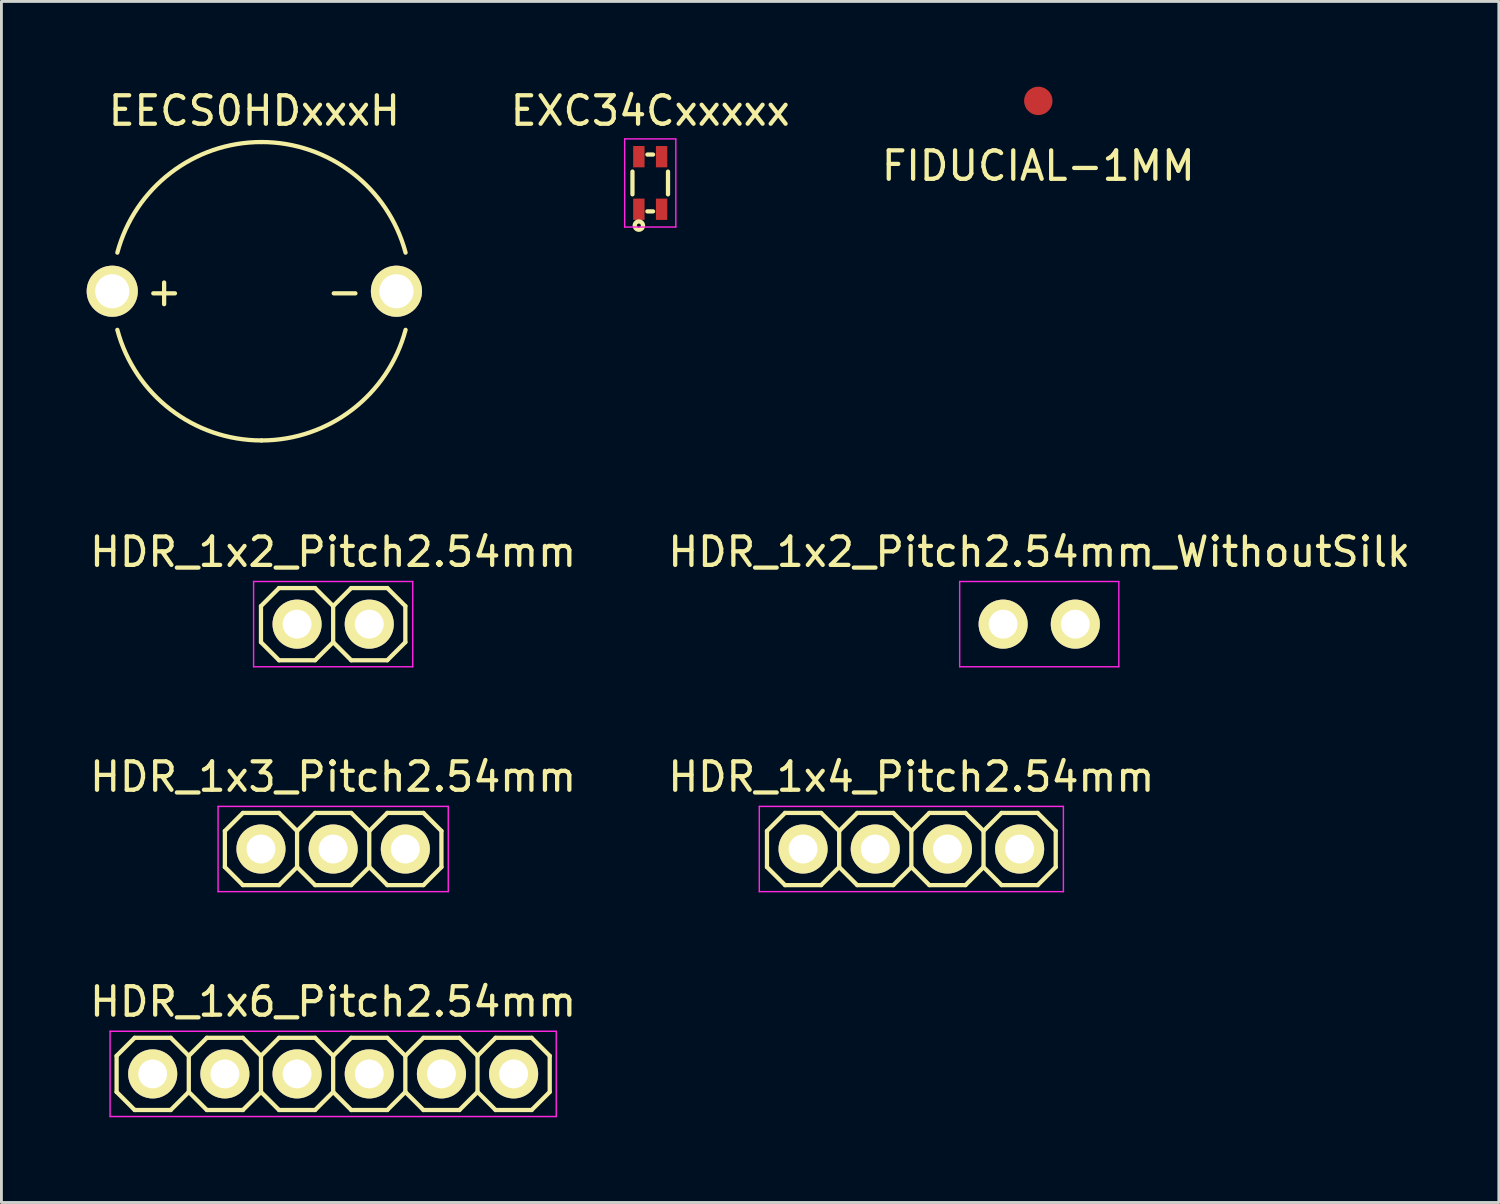
<source format=kicad_pcb>
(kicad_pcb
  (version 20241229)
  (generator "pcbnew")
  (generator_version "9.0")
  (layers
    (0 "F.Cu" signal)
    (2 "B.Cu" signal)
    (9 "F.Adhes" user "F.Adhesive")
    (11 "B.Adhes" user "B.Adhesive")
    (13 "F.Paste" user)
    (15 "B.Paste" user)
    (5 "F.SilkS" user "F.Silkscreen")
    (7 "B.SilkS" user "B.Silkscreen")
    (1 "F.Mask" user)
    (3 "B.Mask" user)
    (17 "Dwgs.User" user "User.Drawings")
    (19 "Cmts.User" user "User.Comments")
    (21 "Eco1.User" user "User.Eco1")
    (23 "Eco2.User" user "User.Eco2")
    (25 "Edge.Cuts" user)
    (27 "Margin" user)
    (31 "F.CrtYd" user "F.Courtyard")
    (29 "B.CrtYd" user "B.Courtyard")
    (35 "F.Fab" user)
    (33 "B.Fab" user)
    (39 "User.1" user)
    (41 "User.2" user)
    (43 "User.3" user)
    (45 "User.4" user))
  (footprint "EECS0HDxxxH"
    (layer "F.Cu")
    (at 5.9 7.198)
    (property "Reference" "EECS0HDxxxH" (at 0 -6.35 0) (layer "F.SilkS") (effects (font (size 1 1) (thickness 0.15))))
    (attr through_hole)
    (fp_arc (start -4.821111 -1.3588) (mid -2.945998 -4.165105) (end 0.25 -5.25) (stroke (width 0.15) (type solid)) (layer "F.SilkS"))
    (fp_arc (start 0.25 -5.25) (mid 3.445998 -4.165105) (end 5.321111 -1.3588) (stroke (width 0.15) (type solid)) (layer "F.SilkS"))
    (fp_arc (start 0.25 5.25) (mid -2.945998 4.165105) (end -4.821111 1.3588) (stroke (width 0.15) (type solid)) (layer "F.SilkS"))
    (fp_arc (start 5.321111 1.3588) (mid 3.445998 4.165105) (end 0.25 5.25) (stroke (width 0.15) (type solid)) (layer "F.SilkS"))
    (fp_text user "+" (at -3.175 0 0) (layer "F.SilkS") (effects (font (size 1 1) (thickness 0.15))))
    (fp_text user "-" (at 3.175 0 0) (layer "F.SilkS") (effects (font (size 1 1) (thickness 0.15))))
    (pad "1" thru_hole circle (at -5 0) (size 1.8 1.8) (drill 1.2) (layers "*.Cu" "*.Mask" "F.SilkS"))
    (pad "2" thru_hole circle (at 5 0) (size 1.8 1.8) (drill 1.2) (layers "*.Cu" "*.Mask" "F.SilkS")))
  (footprint "EXC34Cxxxxx"
    (layer "F.Cu")
    (at 19.83 3.388)
    (property "Reference" "EXC34Cxxxxx" (at 0 -2.54 0) (layer "F.SilkS") (effects (font (size 1 1) (thickness 0.15))))
    (attr through_hole)
    (fp_line (start -0.625 -0.4) (end -0.625 0.4) (stroke (width 0.15) (type solid)) (layer "F.SilkS"))
    (fp_line (start -0.1 -1) (end 0.1 -1) (stroke (width 0.15) (type solid)) (layer "F.SilkS"))
    (fp_line (start -0.1 1) (end 0.1 1) (stroke (width 0.15) (type solid)) (layer "F.SilkS"))
    (fp_line (start 0.625 -0.4) (end 0.625 0.4) (stroke (width 0.15) (type solid)) (layer "F.SilkS"))
    (fp_circle (center -0.4 1.5) (end -0.45 1.55) (stroke (width 0.15) (type solid)) (fill no) (layer "F.SilkS"))
    (fp_line (start -0.9 -1.55) (end -0.9 1.55) (stroke (width 0.05) (type solid)) (layer "F.CrtYd"))
    (fp_line (start -0.9 -1.55) (end 0.9 -1.55) (stroke (width 0.05) (type solid)) (layer "F.CrtYd"))
    (fp_line (start 0.9 -1.55) (end 0.9 1.55) (stroke (width 0.05) (type solid)) (layer "F.CrtYd"))
    (fp_line (start 0.9 1.55) (end -0.9 1.55) (stroke (width 0.05) (type solid)) (layer "F.CrtYd"))
    (pad "1" smd rect (at -0.4 0.925) (size 0.4 0.75) (layers "F.Cu" "F.Mask" "F.Paste"))
    (pad "2" smd rect (at 0.4 0.925) (size 0.4 0.75) (layers "F.Cu" "F.Mask" "F.Paste"))
    (pad "3" smd rect (at 0.4 -0.925) (size 0.4 0.75) (layers "F.Cu" "F.Mask" "F.Paste"))
    (pad "4" smd rect (at -0.4 -0.925) (size 0.4 0.75) (layers "F.Cu" "F.Mask" "F.Paste")))
  (footprint "HDR_1x6_Pitch2.54mm"
    (layer "F.Cu")
    (at 8.673 34.738)
    (property "Reference" "HDR_1x6_Pitch2.54mm" (at 0 -2.54 0) (layer "F.SilkS") (effects (font (size 1 1) (thickness 0.15))))
    (attr through_hole)
    (fp_line (start -7.62 -0.635) (end -7.62 0.635) (stroke (width 0.15) (type solid)) (layer "F.SilkS"))
    (fp_line (start -7.62 0.635) (end -6.985 1.27) (stroke (width 0.15) (type solid)) (layer "F.SilkS"))
    (fp_line (start -6.985 -1.27) (end -7.62 -0.635) (stroke (width 0.15) (type solid)) (layer "F.SilkS"))
    (fp_line (start -6.985 1.27) (end -5.715 1.27) (stroke (width 0.15) (type solid)) (layer "F.SilkS"))
    (fp_line (start -5.715 -1.27) (end -6.985 -1.27) (stroke (width 0.15) (type solid)) (layer "F.SilkS"))
    (fp_line (start -5.715 1.27) (end -5.08 0.635) (stroke (width 0.15) (type solid)) (layer "F.SilkS"))
    (fp_line (start -5.08 -0.635) (end -5.715 -1.27) (stroke (width 0.15) (type solid)) (layer "F.SilkS"))
    (fp_line (start -5.08 -0.635) (end -5.08 0.635) (stroke (width 0.15) (type solid)) (layer "F.SilkS"))
    (fp_line (start -5.08 0.635) (end -4.445 1.27) (stroke (width 0.15) (type solid)) (layer "F.SilkS"))
    (fp_line (start -4.445 -1.27) (end -5.08 -0.635) (stroke (width 0.15) (type solid)) (layer "F.SilkS"))
    (fp_line (start -4.445 1.27) (end -3.175 1.27) (stroke (width 0.15) (type solid)) (layer "F.SilkS"))
    (fp_line (start -3.175 -1.27) (end -4.445 -1.27) (stroke (width 0.15) (type solid)) (layer "F.SilkS"))
    (fp_line (start -3.175 1.27) (end -2.54 0.635) (stroke (width 0.15) (type solid)) (layer "F.SilkS"))
    (fp_line (start -2.54 -0.635) (end -3.175 -1.27) (stroke (width 0.15) (type solid)) (layer "F.SilkS"))
    (fp_line (start -2.54 -0.635) (end -2.54 0.635) (stroke (width 0.15) (type solid)) (layer "F.SilkS"))
    (fp_line (start -2.54 0.635) (end -1.905 1.27) (stroke (width 0.15) (type solid)) (layer "F.SilkS"))
    (fp_line (start -1.905 -1.27) (end -2.54 -0.635) (stroke (width 0.15) (type solid)) (layer "F.SilkS"))
    (fp_line (start -1.905 1.27) (end -0.635 1.27) (stroke (width 0.15) (type solid)) (layer "F.SilkS"))
    (fp_line (start -0.635 -1.27) (end -1.905 -1.27) (stroke (width 0.15) (type solid)) (layer "F.SilkS"))
    (fp_line (start -0.635 1.27) (end 0 0.635) (stroke (width 0.15) (type solid)) (layer "F.SilkS"))
    (fp_line (start 0 -0.635) (end -0.635 -1.27) (stroke (width 0.15) (type solid)) (layer "F.SilkS"))
    (fp_line (start 0 -0.635) (end 0 0.635) (stroke (width 0.15) (type solid)) (layer "F.SilkS"))
    (fp_line (start 0 0.635) (end 0.635 1.27) (stroke (width 0.15) (type solid)) (layer "F.SilkS"))
    (fp_line (start 0.635 -1.27) (end 0 -0.635) (stroke (width 0.15) (type solid)) (layer "F.SilkS"))
    (fp_line (start 0.635 1.27) (end 1.905 1.27) (stroke (width 0.15) (type solid)) (layer "F.SilkS"))
    (fp_line (start 1.905 -1.27) (end 0.635 -1.27) (stroke (width 0.15) (type solid)) (layer "F.SilkS"))
    (fp_line (start 1.905 1.27) (end 2.54 0.635) (stroke (width 0.15) (type solid)) (layer "F.SilkS"))
    (fp_line (start 2.54 -0.635) (end 1.905 -1.27) (stroke (width 0.15) (type solid)) (layer "F.SilkS"))
    (fp_line (start 2.54 -0.635) (end 2.54 0.635) (stroke (width 0.15) (type solid)) (layer "F.SilkS"))
    (fp_line (start 2.54 0.635) (end 3.175 1.27) (stroke (width 0.15) (type solid)) (layer "F.SilkS"))
    (fp_line (start 3.175 -1.27) (end 2.54 -0.635) (stroke (width 0.15) (type solid)) (layer "F.SilkS"))
    (fp_line (start 3.175 1.27) (end 4.445 1.27) (stroke (width 0.15) (type solid)) (layer "F.SilkS"))
    (fp_line (start 4.445 -1.27) (end 3.175 -1.27) (stroke (width 0.15) (type solid)) (layer "F.SilkS"))
    (fp_line (start 4.445 1.27) (end 5.08 0.635) (stroke (width 0.15) (type solid)) (layer "F.SilkS"))
    (fp_line (start 5.08 -0.635) (end 4.445 -1.27) (stroke (width 0.15) (type solid)) (layer "F.SilkS"))
    (fp_line (start 5.08 -0.635) (end 5.08 0.635) (stroke (width 0.15) (type solid)) (layer "F.SilkS"))
    (fp_line (start 5.08 0.635) (end 5.715 1.27) (stroke (width 0.15) (type solid)) (layer "F.SilkS"))
    (fp_line (start 5.715 -1.27) (end 5.08 -0.635) (stroke (width 0.15) (type solid)) (layer "F.SilkS"))
    (fp_line (start 5.715 1.27) (end 6.985 1.27) (stroke (width 0.15) (type solid)) (layer "F.SilkS"))
    (fp_line (start 6.985 -1.27) (end 5.715 -1.27) (stroke (width 0.15) (type solid)) (layer "F.SilkS"))
    (fp_line (start 6.985 1.27) (end 7.62 0.635) (stroke (width 0.15) (type solid)) (layer "F.SilkS"))
    (fp_line (start 7.62 -0.635) (end 6.985 -1.27) (stroke (width 0.15) (type solid)) (layer "F.SilkS"))
    (fp_line (start 7.62 0.635) (end 7.62 -0.635) (stroke (width 0.15) (type solid)) (layer "F.SilkS"))
    (fp_line (start -7.85 -1.5) (end -7.85 1.5) (stroke (width 0.05) (type solid)) (layer "F.CrtYd"))
    (fp_line (start -7.85 1.5) (end 7.85 1.5) (stroke (width 0.05) (type solid)) (layer "F.CrtYd"))
    (fp_line (start 7.85 -1.5) (end -7.85 -1.5) (stroke (width 0.05) (type solid)) (layer "F.CrtYd"))
    (fp_line (start 7.85 1.5) (end 7.85 -1.5) (stroke (width 0.05) (type solid)) (layer "F.CrtYd"))
    (pad "1" thru_hole oval (at -6.35 0) (size 1.727 1.727) (drill 1.016) (layers "*.Cu" "*.Mask" "F.SilkS"))
    (pad "2" thru_hole oval (at -3.81 0) (size 1.727 1.727) (drill 1.016) (layers "*.Cu" "*.Mask" "F.SilkS"))
    (pad "3" thru_hole oval (at -1.27 0) (size 1.727 1.727) (drill 1.016) (layers "*.Cu" "*.Mask" "F.SilkS"))
    (pad "4" thru_hole oval (at 1.27 0) (size 1.727 1.727) (drill 1.016) (layers "*.Cu" "*.Mask" "F.SilkS"))
    (pad "5" thru_hole oval (at 3.81 0) (size 1.727 1.727) (drill 1.016) (layers "*.Cu" "*.Mask" "F.SilkS"))
    (pad "6" thru_hole oval (at 6.35 0) (size 1.727 1.727) (drill 1.016) (layers "*.Cu" "*.Mask" "F.SilkS")))
  (footprint "FIDUCIAL-1MM"
    (layer "F.Cu")
    (at 33.485 0.5)
    (property "Reference" "FIDUCIAL-1MM" (at 0 2.286 0) (layer "F.SilkS") (effects (font (size 1 1) (thickness 0.15))))
    (attr exclude_from_pos_files exclude_from_bom)
    (pad "~" smd circle (at 0 0) (size 1 1) (layers "F.Cu" "F.Mask")))
  (footprint "HDR_1x3_Pitch2.54mm"
    (layer "F.Cu")
    (at 8.673 26.825)
    (property "Reference" "HDR_1x3_Pitch2.54mm" (at 0 -2.54 0) (layer "F.SilkS") (effects (font (size 1 1) (thickness 0.15))))
    (attr through_hole)
    (fp_line (start -3.81 -0.635) (end -3.81 0.635) (stroke (width 0.15) (type solid)) (layer "F.SilkS"))
    (fp_line (start -3.81 0.635) (end -3.175 1.27) (stroke (width 0.15) (type solid)) (layer "F.SilkS"))
    (fp_line (start -3.175 -1.27) (end -3.81 -0.635) (stroke (width 0.15) (type solid)) (layer "F.SilkS"))
    (fp_line (start -3.175 1.27) (end -1.905 1.27) (stroke (width 0.15) (type solid)) (layer "F.SilkS"))
    (fp_line (start -1.905 -1.27) (end -3.175 -1.27) (stroke (width 0.15) (type solid)) (layer "F.SilkS"))
    (fp_line (start -1.905 1.27) (end -1.27 0.635) (stroke (width 0.15) (type solid)) (layer "F.SilkS"))
    (fp_line (start -1.27 -0.635) (end -1.905 -1.27) (stroke (width 0.15) (type solid)) (layer "F.SilkS"))
    (fp_line (start -1.27 -0.635) (end -1.27 0.635) (stroke (width 0.15) (type solid)) (layer "F.SilkS"))
    (fp_line (start -1.27 0.635) (end -0.635 1.27) (stroke (width 0.15) (type solid)) (layer "F.SilkS"))
    (fp_line (start -0.635 -1.27) (end -1.27 -0.635) (stroke (width 0.15) (type solid)) (layer "F.SilkS"))
    (fp_line (start -0.635 1.27) (end 0.635 1.27) (stroke (width 0.15) (type solid)) (layer "F.SilkS"))
    (fp_line (start 0.635 -1.27) (end -0.635 -1.27) (stroke (width 0.15) (type solid)) (layer "F.SilkS"))
    (fp_line (start 0.635 1.27) (end 1.27 0.635) (stroke (width 0.15) (type solid)) (layer "F.SilkS"))
    (fp_line (start 1.27 -0.635) (end 0.635 -1.27) (stroke (width 0.15) (type solid)) (layer "F.SilkS"))
    (fp_line (start 1.27 -0.635) (end 1.27 0.635) (stroke (width 0.15) (type solid)) (layer "F.SilkS"))
    (fp_line (start 1.27 0.635) (end 1.905 1.27) (stroke (width 0.15) (type solid)) (layer "F.SilkS"))
    (fp_line (start 1.905 -1.27) (end 1.27 -0.635) (stroke (width 0.15) (type solid)) (layer "F.SilkS"))
    (fp_line (start 1.905 1.27) (end 3.175 1.27) (stroke (width 0.15) (type solid)) (layer "F.SilkS"))
    (fp_line (start 3.175 -1.27) (end 1.905 -1.27) (stroke (width 0.15) (type solid)) (layer "F.SilkS"))
    (fp_line (start 3.175 1.27) (end 3.81 0.635) (stroke (width 0.15) (type solid)) (layer "F.SilkS"))
    (fp_line (start 3.81 -0.635) (end 3.175 -1.27) (stroke (width 0.15) (type solid)) (layer "F.SilkS"))
    (fp_line (start 3.81 -0.635) (end 3.81 0.635) (stroke (width 0.15) (type solid)) (layer "F.SilkS"))
    (fp_line (start -4.05 -1.5) (end -4.05 1.5) (stroke (width 0.05) (type solid)) (layer "F.CrtYd"))
    (fp_line (start -4.05 1.5) (end 4.05 1.5) (stroke (width 0.05) (type solid)) (layer "F.CrtYd"))
    (fp_line (start 4.05 -1.5) (end -4.05 -1.5) (stroke (width 0.05) (type solid)) (layer "F.CrtYd"))
    (fp_line (start 4.05 1.5) (end 4.05 -1.5) (stroke (width 0.05) (type solid)) (layer "F.CrtYd"))
    (pad "1" thru_hole oval (at -2.54 0) (size 1.727 1.727) (drill 1.016) (layers "*.Cu" "*.Mask" "F.SilkS"))
    (pad "2" thru_hole oval (at 0 0) (size 1.727 1.727) (drill 1.016) (layers "*.Cu" "*.Mask" "F.SilkS"))
    (pad "3" thru_hole oval (at 2.54 0) (size 1.727 1.727) (drill 1.016) (layers "*.Cu" "*.Mask" "F.SilkS")))
  (footprint "HDR_1x4_Pitch2.54mm"
    (layer "F.Cu")
    (at 29.018 26.825)
    (property "Reference" "HDR_1x4_Pitch2.54mm" (at 0 -2.54 0) (layer "F.SilkS") (effects (font (size 1 1) (thickness 0.15))))
    (attr through_hole)
    (fp_line (start -5.08 -0.635) (end -5.08 0.635) (stroke (width 0.15) (type solid)) (layer "F.SilkS"))
    (fp_line (start -5.08 0.635) (end -4.445 1.27) (stroke (width 0.15) (type solid)) (layer "F.SilkS"))
    (fp_line (start -4.445 -1.27) (end -5.08 -0.635) (stroke (width 0.15) (type solid)) (layer "F.SilkS"))
    (fp_line (start -4.445 1.27) (end -3.175 1.27) (stroke (width 0.15) (type solid)) (layer "F.SilkS"))
    (fp_line (start -3.175 -1.27) (end -4.445 -1.27) (stroke (width 0.15) (type solid)) (layer "F.SilkS"))
    (fp_line (start -3.175 1.27) (end -2.54 0.635) (stroke (width 0.15) (type solid)) (layer "F.SilkS"))
    (fp_line (start -2.54 -0.635) (end -3.175 -1.27) (stroke (width 0.15) (type solid)) (layer "F.SilkS"))
    (fp_line (start -2.54 -0.635) (end -2.54 0.635) (stroke (width 0.15) (type solid)) (layer "F.SilkS"))
    (fp_line (start -2.54 0.635) (end -1.905 1.27) (stroke (width 0.15) (type solid)) (layer "F.SilkS"))
    (fp_line (start -1.905 -1.27) (end -2.54 -0.635) (stroke (width 0.15) (type solid)) (layer "F.SilkS"))
    (fp_line (start -1.905 1.27) (end -0.635 1.27) (stroke (width 0.15) (type solid)) (layer "F.SilkS"))
    (fp_line (start -0.635 -1.27) (end -1.905 -1.27) (stroke (width 0.15) (type solid)) (layer "F.SilkS"))
    (fp_line (start -0.635 1.27) (end 0 0.635) (stroke (width 0.15) (type solid)) (layer "F.SilkS"))
    (fp_line (start 0 -0.635) (end -0.635 -1.27) (stroke (width 0.15) (type solid)) (layer "F.SilkS"))
    (fp_line (start 0 -0.635) (end 0 0.635) (stroke (width 0.15) (type solid)) (layer "F.SilkS"))
    (fp_line (start 0 0.635) (end 0.635 1.27) (stroke (width 0.15) (type solid)) (layer "F.SilkS"))
    (fp_line (start 0.635 -1.27) (end 0 -0.635) (stroke (width 0.15) (type solid)) (layer "F.SilkS"))
    (fp_line (start 0.635 1.27) (end 1.905 1.27) (stroke (width 0.15) (type solid)) (layer "F.SilkS"))
    (fp_line (start 1.905 -1.27) (end 0.635 -1.27) (stroke (width 0.15) (type solid)) (layer "F.SilkS"))
    (fp_line (start 1.905 1.27) (end 2.54 0.635) (stroke (width 0.15) (type solid)) (layer "F.SilkS"))
    (fp_line (start 2.54 -0.635) (end 1.905 -1.27) (stroke (width 0.15) (type solid)) (layer "F.SilkS"))
    (fp_line (start 2.54 -0.635) (end 2.54 0.635) (stroke (width 0.15) (type solid)) (layer "F.SilkS"))
    (fp_line (start 2.54 0.635) (end 3.175 1.27) (stroke (width 0.15) (type solid)) (layer "F.SilkS"))
    (fp_line (start 3.175 -1.27) (end 2.54 -0.635) (stroke (width 0.15) (type solid)) (layer "F.SilkS"))
    (fp_line (start 3.175 1.27) (end 4.445 1.27) (stroke (width 0.15) (type solid)) (layer "F.SilkS"))
    (fp_line (start 4.445 -1.27) (end 3.175 -1.27) (stroke (width 0.15) (type solid)) (layer "F.SilkS"))
    (fp_line (start 4.445 1.27) (end 5.08 0.635) (stroke (width 0.15) (type solid)) (layer "F.SilkS"))
    (fp_line (start 5.08 -0.635) (end 4.445 -1.27) (stroke (width 0.15) (type solid)) (layer "F.SilkS"))
    (fp_line (start 5.08 -0.635) (end 5.08 0.635) (stroke (width 0.15) (type solid)) (layer "F.SilkS"))
    (fp_line (start -5.35 -1.5) (end -5.35 1.5) (stroke (width 0.05) (type solid)) (layer "F.CrtYd"))
    (fp_line (start -5.35 1.5) (end 5.35 1.5) (stroke (width 0.05) (type solid)) (layer "F.CrtYd"))
    (fp_line (start 5.35 -1.5) (end -5.35 -1.5) (stroke (width 0.05) (type solid)) (layer "F.CrtYd"))
    (fp_line (start 5.35 1.5) (end 5.35 -1.5) (stroke (width 0.05) (type solid)) (layer "F.CrtYd"))
    (pad "1" thru_hole oval (at -3.81 0) (size 1.727 1.727) (drill 1.016) (layers "*.Cu" "*.Mask" "F.SilkS"))
    (pad "2" thru_hole oval (at -1.27 0) (size 1.727 1.727) (drill 1.016) (layers "*.Cu" "*.Mask" "F.SilkS"))
    (pad "3" thru_hole oval (at 1.27 0) (size 1.727 1.727) (drill 1.016) (layers "*.Cu" "*.Mask" "F.SilkS"))
    (pad "4" thru_hole oval (at 3.81 0) (size 1.727 1.727) (drill 1.016) (layers "*.Cu" "*.Mask" "F.SilkS")))
  (footprint "HDR_1x2_Pitch2.54mm_WithoutSilk"
    (layer "F.Cu")
    (at 33.518 18.912)
    (property "Reference" "HDR_1x2_Pitch2.54mm_WithoutSilk" (at 0 -2.54 0) (layer "F.SilkS") (effects (font (size 1 1) (thickness 0.15))))
    (attr through_hole)
    (fp_line (start -2.8 -1.5) (end -2.8 1.5) (stroke (width 0.05) (type solid)) (layer "F.CrtYd"))
    (fp_line (start -2.8 1.5) (end 2.8 1.5) (stroke (width 0.05) (type solid)) (layer "F.CrtYd"))
    (fp_line (start 2.8 -1.5) (end -2.8 -1.5) (stroke (width 0.05) (type solid)) (layer "F.CrtYd"))
    (fp_line (start 2.8 1.5) (end 2.8 -1.5) (stroke (width 0.05) (type solid)) (layer "F.CrtYd"))
    (pad "1" thru_hole oval (at -1.27 0) (size 1.727 1.727) (drill 1.016) (layers "*.Cu" "*.Mask" "F.SilkS"))
    (pad "2" thru_hole oval (at 1.27 0) (size 1.727 1.727) (drill 1.016) (layers "*.Cu" "*.Mask" "F.SilkS")))
  (footprint "HDR_1x2_Pitch2.54mm"
    (layer "F.Cu")
    (at 8.673 18.912)
    (property "Reference" "HDR_1x2_Pitch2.54mm" (at 0 -2.54 0) (layer "F.SilkS") (effects (font (size 1 1) (thickness 0.15))))
    (attr through_hole)
    (fp_line (start -2.54 -0.635) (end -2.54 0.635) (stroke (width 0.15) (type solid)) (layer "F.SilkS"))
    (fp_line (start -2.54 0.635) (end -1.905 1.27) (stroke (width 0.15) (type solid)) (layer "F.SilkS"))
    (fp_line (start -1.905 -1.27) (end -2.54 -0.635) (stroke (width 0.15) (type solid)) (layer "F.SilkS"))
    (fp_line (start -1.905 1.27) (end -0.635 1.27) (stroke (width 0.15) (type solid)) (layer "F.SilkS"))
    (fp_line (start -0.635 -1.27) (end -1.905 -1.27) (stroke (width 0.15) (type solid)) (layer "F.SilkS"))
    (fp_line (start -0.635 1.27) (end 0 0.635) (stroke (width 0.15) (type solid)) (layer "F.SilkS"))
    (fp_line (start 0 -0.635) (end -0.635 -1.27) (stroke (width 0.15) (type solid)) (layer "F.SilkS"))
    (fp_line (start 0 -0.635) (end 0 0.635) (stroke (width 0.15) (type solid)) (layer "F.SilkS"))
    (fp_line (start 0 0.635) (end 0.635 1.27) (stroke (width 0.15) (type solid)) (layer "F.SilkS"))
    (fp_line (start 0.635 -1.27) (end 0 -0.635) (stroke (width 0.15) (type solid)) (layer "F.SilkS"))
    (fp_line (start 0.635 1.27) (end 1.905 1.27) (stroke (width 0.15) (type solid)) (layer "F.SilkS"))
    (fp_line (start 1.905 -1.27) (end 0.635 -1.27) (stroke (width 0.15) (type solid)) (layer "F.SilkS"))
    (fp_line (start 1.905 1.27) (end 2.54 0.635) (stroke (width 0.15) (type solid)) (layer "F.SilkS"))
    (fp_line (start 2.54 -0.635) (end 1.905 -1.27) (stroke (width 0.15) (type solid)) (layer "F.SilkS"))
    (fp_line (start 2.54 -0.635) (end 2.54 0.635) (stroke (width 0.15) (type solid)) (layer "F.SilkS"))
    (fp_line (start -2.8 -1.5) (end -2.8 1.5) (stroke (width 0.05) (type solid)) (layer "F.CrtYd"))
    (fp_line (start -2.8 1.5) (end 2.8 1.5) (stroke (width 0.05) (type solid)) (layer "F.CrtYd"))
    (fp_line (start 2.8 -1.5) (end -2.8 -1.5) (stroke (width 0.05) (type solid)) (layer "F.CrtYd"))
    (fp_line (start 2.8 1.5) (end 2.8 -1.5) (stroke (width 0.05) (type solid)) (layer "F.CrtYd"))
    (pad "1" thru_hole oval (at -1.27 0) (size 1.727 1.727) (drill 1.016) (layers "*.Cu" "*.Mask" "F.SilkS"))
    (pad "2" thru_hole oval (at 1.27 0) (size 1.727 1.727) (drill 1.016) (layers "*.Cu" "*.Mask" "F.SilkS")))
  (gr_rect
    (start -3 -3)
    (end 49.69 39.263)
    (stroke (width 0.1) (type default))
    (fill no)
    (layer "Edge.Cuts")))
</source>
